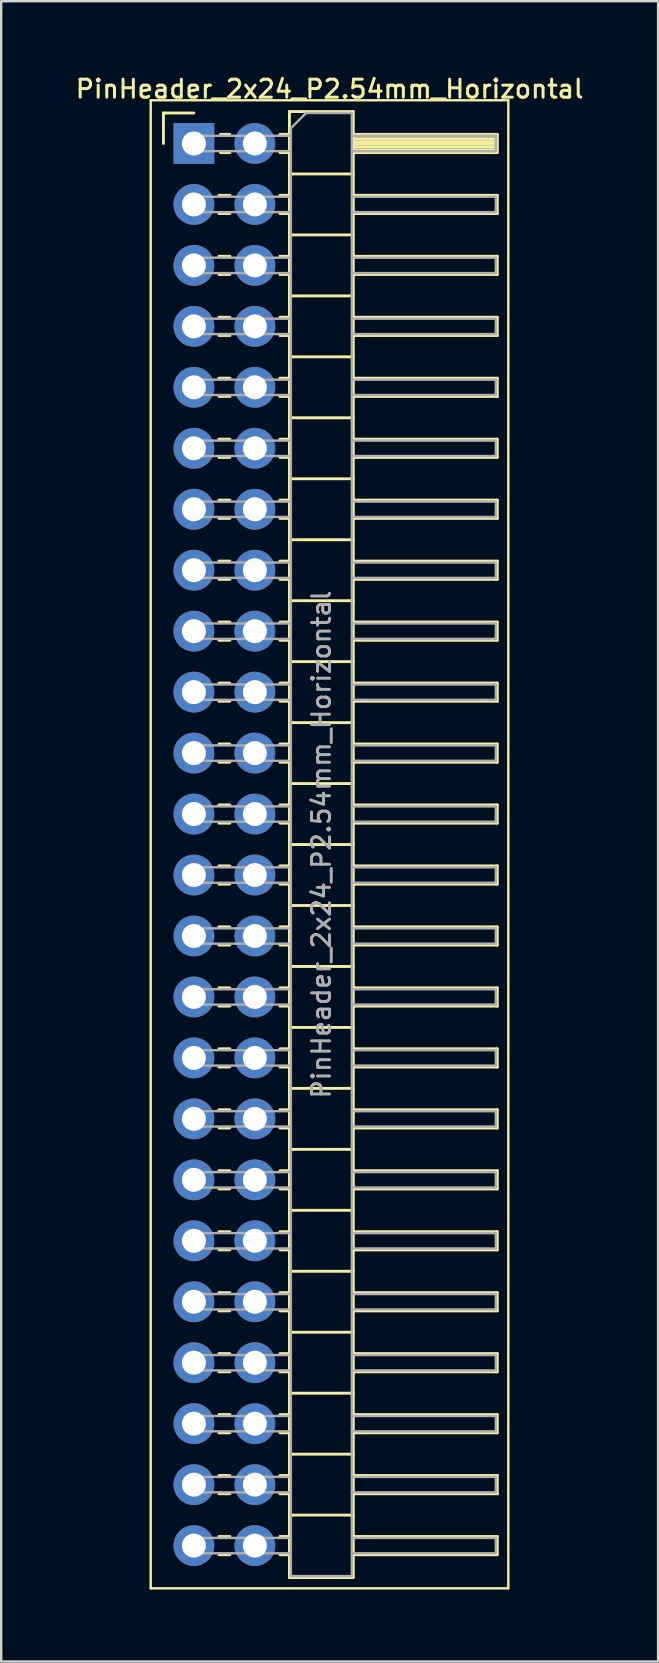
<source format=kicad_pcb>
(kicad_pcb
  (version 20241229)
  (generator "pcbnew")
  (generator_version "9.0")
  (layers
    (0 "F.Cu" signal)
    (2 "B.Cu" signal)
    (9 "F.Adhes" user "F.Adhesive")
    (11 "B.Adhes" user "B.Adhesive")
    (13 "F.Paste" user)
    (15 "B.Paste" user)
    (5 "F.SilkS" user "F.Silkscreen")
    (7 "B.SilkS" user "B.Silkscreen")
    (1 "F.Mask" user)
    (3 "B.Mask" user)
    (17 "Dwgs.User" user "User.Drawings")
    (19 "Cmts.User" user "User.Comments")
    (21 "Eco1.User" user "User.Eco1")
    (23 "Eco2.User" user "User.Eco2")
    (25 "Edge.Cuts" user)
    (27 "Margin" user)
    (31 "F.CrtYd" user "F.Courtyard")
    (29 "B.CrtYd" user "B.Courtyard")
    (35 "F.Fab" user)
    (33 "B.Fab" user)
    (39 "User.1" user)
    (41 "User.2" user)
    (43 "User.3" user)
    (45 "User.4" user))
  (footprint "PinHeader_2x24_P2.54mm_Horizontal"
    (layer "F.Cu")
    (at 5.029 2.928)
    (property "Reference" "PinHeader_2x24_P2.54mm_Horizontal" (at 5.655 -2.27 0) (layer "F.SilkS") (effects (font (size 0.75 0.75) (thickness 0.125))))
    (attr through_hole)
    (fp_line (start -1.8 -1.8) (end -1.8 60.2) (stroke (width 0.1) (type solid)) (layer "F.SilkS"))
    (fp_line (start -1.8 60.2) (end 13.1 60.2) (stroke (width 0.1) (type solid)) (layer "F.SilkS"))
    (fp_line (start -1.27 -1.27) (end 0 -1.27) (stroke (width 0.12) (type solid)) (layer "F.SilkS"))
    (fp_line (start -1.27 0) (end -1.27 -1.27) (stroke (width 0.12) (type solid)) (layer "F.SilkS"))
    (fp_line (start 1.043 2.16) (end 1.497 2.16) (stroke (width 0.12) (type solid)) (layer "F.SilkS"))
    (fp_line (start 1.043 2.92) (end 1.497 2.92) (stroke (width 0.12) (type solid)) (layer "F.SilkS"))
    (fp_line (start 1.043 4.7) (end 1.497 4.7) (stroke (width 0.12) (type solid)) (layer "F.SilkS"))
    (fp_line (start 1.043 5.46) (end 1.497 5.46) (stroke (width 0.12) (type solid)) (layer "F.SilkS"))
    (fp_line (start 1.043 7.24) (end 1.497 7.24) (stroke (width 0.12) (type solid)) (layer "F.SilkS"))
    (fp_line (start 1.043 8) (end 1.497 8) (stroke (width 0.12) (type solid)) (layer "F.SilkS"))
    (fp_line (start 1.043 9.78) (end 1.497 9.78) (stroke (width 0.12) (type solid)) (layer "F.SilkS"))
    (fp_line (start 1.043 10.54) (end 1.497 10.54) (stroke (width 0.12) (type solid)) (layer "F.SilkS"))
    (fp_line (start 1.043 12.32) (end 1.497 12.32) (stroke (width 0.12) (type solid)) (layer "F.SilkS"))
    (fp_line (start 1.043 13.08) (end 1.497 13.08) (stroke (width 0.12) (type solid)) (layer "F.SilkS"))
    (fp_line (start 1.043 14.86) (end 1.497 14.86) (stroke (width 0.12) (type solid)) (layer "F.SilkS"))
    (fp_line (start 1.043 15.62) (end 1.497 15.62) (stroke (width 0.12) (type solid)) (layer "F.SilkS"))
    (fp_line (start 1.043 17.4) (end 1.497 17.4) (stroke (width 0.12) (type solid)) (layer "F.SilkS"))
    (fp_line (start 1.043 18.16) (end 1.497 18.16) (stroke (width 0.12) (type solid)) (layer "F.SilkS"))
    (fp_line (start 1.043 19.94) (end 1.497 19.94) (stroke (width 0.12) (type solid)) (layer "F.SilkS"))
    (fp_line (start 1.043 20.7) (end 1.497 20.7) (stroke (width 0.12) (type solid)) (layer "F.SilkS"))
    (fp_line (start 1.043 22.48) (end 1.497 22.48) (stroke (width 0.12) (type solid)) (layer "F.SilkS"))
    (fp_line (start 1.043 23.24) (end 1.497 23.24) (stroke (width 0.12) (type solid)) (layer "F.SilkS"))
    (fp_line (start 1.043 25.02) (end 1.497 25.02) (stroke (width 0.12) (type solid)) (layer "F.SilkS"))
    (fp_line (start 1.043 25.78) (end 1.497 25.78) (stroke (width 0.12) (type solid)) (layer "F.SilkS"))
    (fp_line (start 1.043 27.56) (end 1.497 27.56) (stroke (width 0.12) (type solid)) (layer "F.SilkS"))
    (fp_line (start 1.043 28.32) (end 1.497 28.32) (stroke (width 0.12) (type solid)) (layer "F.SilkS"))
    (fp_line (start 1.043 30.1) (end 1.497 30.1) (stroke (width 0.12) (type solid)) (layer "F.SilkS"))
    (fp_line (start 1.043 30.86) (end 1.497 30.86) (stroke (width 0.12) (type solid)) (layer "F.SilkS"))
    (fp_line (start 1.043 32.64) (end 1.497 32.64) (stroke (width 0.12) (type solid)) (layer "F.SilkS"))
    (fp_line (start 1.043 33.4) (end 1.497 33.4) (stroke (width 0.12) (type solid)) (layer "F.SilkS"))
    (fp_line (start 1.043 35.18) (end 1.497 35.18) (stroke (width 0.12) (type solid)) (layer "F.SilkS"))
    (fp_line (start 1.043 35.94) (end 1.497 35.94) (stroke (width 0.12) (type solid)) (layer "F.SilkS"))
    (fp_line (start 1.043 37.72) (end 1.497 37.72) (stroke (width 0.12) (type solid)) (layer "F.SilkS"))
    (fp_line (start 1.043 38.48) (end 1.497 38.48) (stroke (width 0.12) (type solid)) (layer "F.SilkS"))
    (fp_line (start 1.043 40.26) (end 1.497 40.26) (stroke (width 0.12) (type solid)) (layer "F.SilkS"))
    (fp_line (start 1.043 41.02) (end 1.497 41.02) (stroke (width 0.12) (type solid)) (layer "F.SilkS"))
    (fp_line (start 1.043 42.8) (end 1.497 42.8) (stroke (width 0.12) (type solid)) (layer "F.SilkS"))
    (fp_line (start 1.043 43.56) (end 1.497 43.56) (stroke (width 0.12) (type solid)) (layer "F.SilkS"))
    (fp_line (start 1.043 45.34) (end 1.497 45.34) (stroke (width 0.12) (type solid)) (layer "F.SilkS"))
    (fp_line (start 1.043 46.1) (end 1.497 46.1) (stroke (width 0.12) (type solid)) (layer "F.SilkS"))
    (fp_line (start 1.043 47.88) (end 1.497 47.88) (stroke (width 0.12) (type solid)) (layer "F.SilkS"))
    (fp_line (start 1.043 48.64) (end 1.497 48.64) (stroke (width 0.12) (type solid)) (layer "F.SilkS"))
    (fp_line (start 1.043 50.42) (end 1.497 50.42) (stroke (width 0.12) (type solid)) (layer "F.SilkS"))
    (fp_line (start 1.043 51.18) (end 1.497 51.18) (stroke (width 0.12) (type solid)) (layer "F.SilkS"))
    (fp_line (start 1.043 52.96) (end 1.497 52.96) (stroke (width 0.12) (type solid)) (layer "F.SilkS"))
    (fp_line (start 1.043 53.72) (end 1.497 53.72) (stroke (width 0.12) (type solid)) (layer "F.SilkS"))
    (fp_line (start 1.043 55.5) (end 1.497 55.5) (stroke (width 0.12) (type solid)) (layer "F.SilkS"))
    (fp_line (start 1.043 56.26) (end 1.497 56.26) (stroke (width 0.12) (type solid)) (layer "F.SilkS"))
    (fp_line (start 1.043 58.04) (end 1.497 58.04) (stroke (width 0.12) (type solid)) (layer "F.SilkS"))
    (fp_line (start 1.043 58.8) (end 1.497 58.8) (stroke (width 0.12) (type solid)) (layer "F.SilkS"))
    (fp_line (start 1.11 -0.38) (end 1.497 -0.38) (stroke (width 0.12) (type solid)) (layer "F.SilkS"))
    (fp_line (start 1.11 0.38) (end 1.497 0.38) (stroke (width 0.12) (type solid)) (layer "F.SilkS"))
    (fp_line (start 3.583 -0.38) (end 3.98 -0.38) (stroke (width 0.12) (type solid)) (layer "F.SilkS"))
    (fp_line (start 3.583 0.38) (end 3.98 0.38) (stroke (width 0.12) (type solid)) (layer "F.SilkS"))
    (fp_line (start 3.583 2.16) (end 3.98 2.16) (stroke (width 0.12) (type solid)) (layer "F.SilkS"))
    (fp_line (start 3.583 2.92) (end 3.98 2.92) (stroke (width 0.12) (type solid)) (layer "F.SilkS"))
    (fp_line (start 3.583 4.7) (end 3.98 4.7) (stroke (width 0.12) (type solid)) (layer "F.SilkS"))
    (fp_line (start 3.583 5.46) (end 3.98 5.46) (stroke (width 0.12) (type solid)) (layer "F.SilkS"))
    (fp_line (start 3.583 7.24) (end 3.98 7.24) (stroke (width 0.12) (type solid)) (layer "F.SilkS"))
    (fp_line (start 3.583 8) (end 3.98 8) (stroke (width 0.12) (type solid)) (layer "F.SilkS"))
    (fp_line (start 3.583 9.78) (end 3.98 9.78) (stroke (width 0.12) (type solid)) (layer "F.SilkS"))
    (fp_line (start 3.583 10.54) (end 3.98 10.54) (stroke (width 0.12) (type solid)) (layer "F.SilkS"))
    (fp_line (start 3.583 12.32) (end 3.98 12.32) (stroke (width 0.12) (type solid)) (layer "F.SilkS"))
    (fp_line (start 3.583 13.08) (end 3.98 13.08) (stroke (width 0.12) (type solid)) (layer "F.SilkS"))
    (fp_line (start 3.583 14.86) (end 3.98 14.86) (stroke (width 0.12) (type solid)) (layer "F.SilkS"))
    (fp_line (start 3.583 15.62) (end 3.98 15.62) (stroke (width 0.12) (type solid)) (layer "F.SilkS"))
    (fp_line (start 3.583 17.4) (end 3.98 17.4) (stroke (width 0.12) (type solid)) (layer "F.SilkS"))
    (fp_line (start 3.583 18.16) (end 3.98 18.16) (stroke (width 0.12) (type solid)) (layer "F.SilkS"))
    (fp_line (start 3.583 19.94) (end 3.98 19.94) (stroke (width 0.12) (type solid)) (layer "F.SilkS"))
    (fp_line (start 3.583 20.7) (end 3.98 20.7) (stroke (width 0.12) (type solid)) (layer "F.SilkS"))
    (fp_line (start 3.583 22.48) (end 3.98 22.48) (stroke (width 0.12) (type solid)) (layer "F.SilkS"))
    (fp_line (start 3.583 23.24) (end 3.98 23.24) (stroke (width 0.12) (type solid)) (layer "F.SilkS"))
    (fp_line (start 3.583 25.02) (end 3.98 25.02) (stroke (width 0.12) (type solid)) (layer "F.SilkS"))
    (fp_line (start 3.583 25.78) (end 3.98 25.78) (stroke (width 0.12) (type solid)) (layer "F.SilkS"))
    (fp_line (start 3.583 27.56) (end 3.98 27.56) (stroke (width 0.12) (type solid)) (layer "F.SilkS"))
    (fp_line (start 3.583 28.32) (end 3.98 28.32) (stroke (width 0.12) (type solid)) (layer "F.SilkS"))
    (fp_line (start 3.583 30.1) (end 3.98 30.1) (stroke (width 0.12) (type solid)) (layer "F.SilkS"))
    (fp_line (start 3.583 30.86) (end 3.98 30.86) (stroke (width 0.12) (type solid)) (layer "F.SilkS"))
    (fp_line (start 3.583 32.64) (end 3.98 32.64) (stroke (width 0.12) (type solid)) (layer "F.SilkS"))
    (fp_line (start 3.583 33.4) (end 3.98 33.4) (stroke (width 0.12) (type solid)) (layer "F.SilkS"))
    (fp_line (start 3.583 35.18) (end 3.98 35.18) (stroke (width 0.12) (type solid)) (layer "F.SilkS"))
    (fp_line (start 3.583 35.94) (end 3.98 35.94) (stroke (width 0.12) (type solid)) (layer "F.SilkS"))
    (fp_line (start 3.583 37.72) (end 3.98 37.72) (stroke (width 0.12) (type solid)) (layer "F.SilkS"))
    (fp_line (start 3.583 38.48) (end 3.98 38.48) (stroke (width 0.12) (type solid)) (layer "F.SilkS"))
    (fp_line (start 3.583 40.26) (end 3.98 40.26) (stroke (width 0.12) (type solid)) (layer "F.SilkS"))
    (fp_line (start 3.583 41.02) (end 3.98 41.02) (stroke (width 0.12) (type solid)) (layer "F.SilkS"))
    (fp_line (start 3.583 42.8) (end 3.98 42.8) (stroke (width 0.12) (type solid)) (layer "F.SilkS"))
    (fp_line (start 3.583 43.56) (end 3.98 43.56) (stroke (width 0.12) (type solid)) (layer "F.SilkS"))
    (fp_line (start 3.583 45.34) (end 3.98 45.34) (stroke (width 0.12) (type solid)) (layer "F.SilkS"))
    (fp_line (start 3.583 46.1) (end 3.98 46.1) (stroke (width 0.12) (type solid)) (layer "F.SilkS"))
    (fp_line (start 3.583 47.88) (end 3.98 47.88) (stroke (width 0.12) (type solid)) (layer "F.SilkS"))
    (fp_line (start 3.583 48.64) (end 3.98 48.64) (stroke (width 0.12) (type solid)) (layer "F.SilkS"))
    (fp_line (start 3.583 50.42) (end 3.98 50.42) (stroke (width 0.12) (type solid)) (layer "F.SilkS"))
    (fp_line (start 3.583 51.18) (end 3.98 51.18) (stroke (width 0.12) (type solid)) (layer "F.SilkS"))
    (fp_line (start 3.583 52.96) (end 3.98 52.96) (stroke (width 0.12) (type solid)) (layer "F.SilkS"))
    (fp_line (start 3.583 53.72) (end 3.98 53.72) (stroke (width 0.12) (type solid)) (layer "F.SilkS"))
    (fp_line (start 3.583 55.5) (end 3.98 55.5) (stroke (width 0.12) (type solid)) (layer "F.SilkS"))
    (fp_line (start 3.583 56.26) (end 3.98 56.26) (stroke (width 0.12) (type solid)) (layer "F.SilkS"))
    (fp_line (start 3.583 58.04) (end 3.98 58.04) (stroke (width 0.12) (type solid)) (layer "F.SilkS"))
    (fp_line (start 3.583 58.8) (end 3.98 58.8) (stroke (width 0.12) (type solid)) (layer "F.SilkS"))
    (fp_line (start 3.98 -1.33) (end 3.98 59.75) (stroke (width 0.12) (type solid)) (layer "F.SilkS"))
    (fp_line (start 3.98 1.27) (end 6.64 1.27) (stroke (width 0.12) (type solid)) (layer "F.SilkS"))
    (fp_line (start 3.98 3.81) (end 6.64 3.81) (stroke (width 0.12) (type solid)) (layer "F.SilkS"))
    (fp_line (start 3.98 6.35) (end 6.64 6.35) (stroke (width 0.12) (type solid)) (layer "F.SilkS"))
    (fp_line (start 3.98 8.89) (end 6.64 8.89) (stroke (width 0.12) (type solid)) (layer "F.SilkS"))
    (fp_line (start 3.98 11.43) (end 6.64 11.43) (stroke (width 0.12) (type solid)) (layer "F.SilkS"))
    (fp_line (start 3.98 13.97) (end 6.64 13.97) (stroke (width 0.12) (type solid)) (layer "F.SilkS"))
    (fp_line (start 3.98 16.51) (end 6.64 16.51) (stroke (width 0.12) (type solid)) (layer "F.SilkS"))
    (fp_line (start 3.98 19.05) (end 6.64 19.05) (stroke (width 0.12) (type solid)) (layer "F.SilkS"))
    (fp_line (start 3.98 21.59) (end 6.64 21.59) (stroke (width 0.12) (type solid)) (layer "F.SilkS"))
    (fp_line (start 3.98 24.13) (end 6.64 24.13) (stroke (width 0.12) (type solid)) (layer "F.SilkS"))
    (fp_line (start 3.98 26.67) (end 6.64 26.67) (stroke (width 0.12) (type solid)) (layer "F.SilkS"))
    (fp_line (start 3.98 29.21) (end 6.64 29.21) (stroke (width 0.12) (type solid)) (layer "F.SilkS"))
    (fp_line (start 3.98 31.75) (end 6.64 31.75) (stroke (width 0.12) (type solid)) (layer "F.SilkS"))
    (fp_line (start 3.98 34.29) (end 6.64 34.29) (stroke (width 0.12) (type solid)) (layer "F.SilkS"))
    (fp_line (start 3.98 36.83) (end 6.64 36.83) (stroke (width 0.12) (type solid)) (layer "F.SilkS"))
    (fp_line (start 3.98 39.37) (end 6.64 39.37) (stroke (width 0.12) (type solid)) (layer "F.SilkS"))
    (fp_line (start 3.98 41.91) (end 6.64 41.91) (stroke (width 0.12) (type solid)) (layer "F.SilkS"))
    (fp_line (start 3.98 44.45) (end 6.64 44.45) (stroke (width 0.12) (type solid)) (layer "F.SilkS"))
    (fp_line (start 3.98 46.99) (end 6.64 46.99) (stroke (width 0.12) (type solid)) (layer "F.SilkS"))
    (fp_line (start 3.98 49.53) (end 6.64 49.53) (stroke (width 0.12) (type solid)) (layer "F.SilkS"))
    (fp_line (start 3.98 52.07) (end 6.64 52.07) (stroke (width 0.12) (type solid)) (layer "F.SilkS"))
    (fp_line (start 3.98 54.61) (end 6.64 54.61) (stroke (width 0.12) (type solid)) (layer "F.SilkS"))
    (fp_line (start 3.98 57.15) (end 6.64 57.15) (stroke (width 0.12) (type solid)) (layer "F.SilkS"))
    (fp_line (start 3.98 59.75) (end 6.64 59.75) (stroke (width 0.12) (type solid)) (layer "F.SilkS"))
    (fp_line (start 6.64 -1.33) (end 3.98 -1.33) (stroke (width 0.12) (type solid)) (layer "F.SilkS"))
    (fp_line (start 6.64 -0.38) (end 12.64 -0.38) (stroke (width 0.12) (type solid)) (layer "F.SilkS"))
    (fp_line (start 6.64 -0.32) (end 12.64 -0.32) (stroke (width 0.12) (type solid)) (layer "F.SilkS"))
    (fp_line (start 6.64 -0.2) (end 12.64 -0.2) (stroke (width 0.12) (type solid)) (layer "F.SilkS"))
    (fp_line (start 6.64 -0.08) (end 12.64 -0.08) (stroke (width 0.12) (type solid)) (layer "F.SilkS"))
    (fp_line (start 6.64 0.04) (end 12.64 0.04) (stroke (width 0.12) (type solid)) (layer "F.SilkS"))
    (fp_line (start 6.64 0.16) (end 12.64 0.16) (stroke (width 0.12) (type solid)) (layer "F.SilkS"))
    (fp_line (start 6.64 0.28) (end 12.64 0.28) (stroke (width 0.12) (type solid)) (layer "F.SilkS"))
    (fp_line (start 6.64 2.16) (end 12.64 2.16) (stroke (width 0.12) (type solid)) (layer "F.SilkS"))
    (fp_line (start 6.64 4.7) (end 12.64 4.7) (stroke (width 0.12) (type solid)) (layer "F.SilkS"))
    (fp_line (start 6.64 7.24) (end 12.64 7.24) (stroke (width 0.12) (type solid)) (layer "F.SilkS"))
    (fp_line (start 6.64 9.78) (end 12.64 9.78) (stroke (width 0.12) (type solid)) (layer "F.SilkS"))
    (fp_line (start 6.64 12.32) (end 12.64 12.32) (stroke (width 0.12) (type solid)) (layer "F.SilkS"))
    (fp_line (start 6.64 14.86) (end 12.64 14.86) (stroke (width 0.12) (type solid)) (layer "F.SilkS"))
    (fp_line (start 6.64 17.4) (end 12.64 17.4) (stroke (width 0.12) (type solid)) (layer "F.SilkS"))
    (fp_line (start 6.64 19.94) (end 12.64 19.94) (stroke (width 0.12) (type solid)) (layer "F.SilkS"))
    (fp_line (start 6.64 22.48) (end 12.64 22.48) (stroke (width 0.12) (type solid)) (layer "F.SilkS"))
    (fp_line (start 6.64 25.02) (end 12.64 25.02) (stroke (width 0.12) (type solid)) (layer "F.SilkS"))
    (fp_line (start 6.64 27.56) (end 12.64 27.56) (stroke (width 0.12) (type solid)) (layer "F.SilkS"))
    (fp_line (start 6.64 30.1) (end 12.64 30.1) (stroke (width 0.12) (type solid)) (layer "F.SilkS"))
    (fp_line (start 6.64 32.64) (end 12.64 32.64) (stroke (width 0.12) (type solid)) (layer "F.SilkS"))
    (fp_line (start 6.64 35.18) (end 12.64 35.18) (stroke (width 0.12) (type solid)) (layer "F.SilkS"))
    (fp_line (start 6.64 37.72) (end 12.64 37.72) (stroke (width 0.12) (type solid)) (layer "F.SilkS"))
    (fp_line (start 6.64 40.26) (end 12.64 40.26) (stroke (width 0.12) (type solid)) (layer "F.SilkS"))
    (fp_line (start 6.64 42.8) (end 12.64 42.8) (stroke (width 0.12) (type solid)) (layer "F.SilkS"))
    (fp_line (start 6.64 45.34) (end 12.64 45.34) (stroke (width 0.12) (type solid)) (layer "F.SilkS"))
    (fp_line (start 6.64 47.88) (end 12.64 47.88) (stroke (width 0.12) (type solid)) (layer "F.SilkS"))
    (fp_line (start 6.64 50.42) (end 12.64 50.42) (stroke (width 0.12) (type solid)) (layer "F.SilkS"))
    (fp_line (start 6.64 52.96) (end 12.64 52.96) (stroke (width 0.12) (type solid)) (layer "F.SilkS"))
    (fp_line (start 6.64 55.5) (end 12.64 55.5) (stroke (width 0.12) (type solid)) (layer "F.SilkS"))
    (fp_line (start 6.64 58.04) (end 12.64 58.04) (stroke (width 0.12) (type solid)) (layer "F.SilkS"))
    (fp_line (start 6.64 59.75) (end 6.64 -1.33) (stroke (width 0.12) (type solid)) (layer "F.SilkS"))
    (fp_line (start 12.64 -0.38) (end 12.64 0.38) (stroke (width 0.12) (type solid)) (layer "F.SilkS"))
    (fp_line (start 12.64 0.38) (end 6.64 0.38) (stroke (width 0.12) (type solid)) (layer "F.SilkS"))
    (fp_line (start 12.64 2.16) (end 12.64 2.92) (stroke (width 0.12) (type solid)) (layer "F.SilkS"))
    (fp_line (start 12.64 2.92) (end 6.64 2.92) (stroke (width 0.12) (type solid)) (layer "F.SilkS"))
    (fp_line (start 12.64 4.7) (end 12.64 5.46) (stroke (width 0.12) (type solid)) (layer "F.SilkS"))
    (fp_line (start 12.64 5.46) (end 6.64 5.46) (stroke (width 0.12) (type solid)) (layer "F.SilkS"))
    (fp_line (start 12.64 7.24) (end 12.64 8) (stroke (width 0.12) (type solid)) (layer "F.SilkS"))
    (fp_line (start 12.64 8) (end 6.64 8) (stroke (width 0.12) (type solid)) (layer "F.SilkS"))
    (fp_line (start 12.64 9.78) (end 12.64 10.54) (stroke (width 0.12) (type solid)) (layer "F.SilkS"))
    (fp_line (start 12.64 10.54) (end 6.64 10.54) (stroke (width 0.12) (type solid)) (layer "F.SilkS"))
    (fp_line (start 12.64 12.32) (end 12.64 13.08) (stroke (width 0.12) (type solid)) (layer "F.SilkS"))
    (fp_line (start 12.64 13.08) (end 6.64 13.08) (stroke (width 0.12) (type solid)) (layer "F.SilkS"))
    (fp_line (start 12.64 14.86) (end 12.64 15.62) (stroke (width 0.12) (type solid)) (layer "F.SilkS"))
    (fp_line (start 12.64 15.62) (end 6.64 15.62) (stroke (width 0.12) (type solid)) (layer "F.SilkS"))
    (fp_line (start 12.64 17.4) (end 12.64 18.16) (stroke (width 0.12) (type solid)) (layer "F.SilkS"))
    (fp_line (start 12.64 18.16) (end 6.64 18.16) (stroke (width 0.12) (type solid)) (layer "F.SilkS"))
    (fp_line (start 12.64 19.94) (end 12.64 20.7) (stroke (width 0.12) (type solid)) (layer "F.SilkS"))
    (fp_line (start 12.64 20.7) (end 6.64 20.7) (stroke (width 0.12) (type solid)) (layer "F.SilkS"))
    (fp_line (start 12.64 22.48) (end 12.64 23.24) (stroke (width 0.12) (type solid)) (layer "F.SilkS"))
    (fp_line (start 12.64 23.24) (end 6.64 23.24) (stroke (width 0.12) (type solid)) (layer "F.SilkS"))
    (fp_line (start 12.64 25.02) (end 12.64 25.78) (stroke (width 0.12) (type solid)) (layer "F.SilkS"))
    (fp_line (start 12.64 25.78) (end 6.64 25.78) (stroke (width 0.12) (type solid)) (layer "F.SilkS"))
    (fp_line (start 12.64 27.56) (end 12.64 28.32) (stroke (width 0.12) (type solid)) (layer "F.SilkS"))
    (fp_line (start 12.64 28.32) (end 6.64 28.32) (stroke (width 0.12) (type solid)) (layer "F.SilkS"))
    (fp_line (start 12.64 30.1) (end 12.64 30.86) (stroke (width 0.12) (type solid)) (layer "F.SilkS"))
    (fp_line (start 12.64 30.86) (end 6.64 30.86) (stroke (width 0.12) (type solid)) (layer "F.SilkS"))
    (fp_line (start 12.64 32.64) (end 12.64 33.4) (stroke (width 0.12) (type solid)) (layer "F.SilkS"))
    (fp_line (start 12.64 33.4) (end 6.64 33.4) (stroke (width 0.12) (type solid)) (layer "F.SilkS"))
    (fp_line (start 12.64 35.18) (end 12.64 35.94) (stroke (width 0.12) (type solid)) (layer "F.SilkS"))
    (fp_line (start 12.64 35.94) (end 6.64 35.94) (stroke (width 0.12) (type solid)) (layer "F.SilkS"))
    (fp_line (start 12.64 37.72) (end 12.64 38.48) (stroke (width 0.12) (type solid)) (layer "F.SilkS"))
    (fp_line (start 12.64 38.48) (end 6.64 38.48) (stroke (width 0.12) (type solid)) (layer "F.SilkS"))
    (fp_line (start 12.64 40.26) (end 12.64 41.02) (stroke (width 0.12) (type solid)) (layer "F.SilkS"))
    (fp_line (start 12.64 41.02) (end 6.64 41.02) (stroke (width 0.12) (type solid)) (layer "F.SilkS"))
    (fp_line (start 12.64 42.8) (end 12.64 43.56) (stroke (width 0.12) (type solid)) (layer "F.SilkS"))
    (fp_line (start 12.64 43.56) (end 6.64 43.56) (stroke (width 0.12) (type solid)) (layer "F.SilkS"))
    (fp_line (start 12.64 45.34) (end 12.64 46.1) (stroke (width 0.12) (type solid)) (layer "F.SilkS"))
    (fp_line (start 12.64 46.1) (end 6.64 46.1) (stroke (width 0.12) (type solid)) (layer "F.SilkS"))
    (fp_line (start 12.64 47.88) (end 12.64 48.64) (stroke (width 0.12) (type solid)) (layer "F.SilkS"))
    (fp_line (start 12.64 48.64) (end 6.64 48.64) (stroke (width 0.12) (type solid)) (layer "F.SilkS"))
    (fp_line (start 12.64 50.42) (end 12.64 51.18) (stroke (width 0.12) (type solid)) (layer "F.SilkS"))
    (fp_line (start 12.64 51.18) (end 6.64 51.18) (stroke (width 0.12) (type solid)) (layer "F.SilkS"))
    (fp_line (start 12.64 52.96) (end 12.64 53.72) (stroke (width 0.12) (type solid)) (layer "F.SilkS"))
    (fp_line (start 12.64 53.72) (end 6.64 53.72) (stroke (width 0.12) (type solid)) (layer "F.SilkS"))
    (fp_line (start 12.64 55.5) (end 12.64 56.26) (stroke (width 0.12) (type solid)) (layer "F.SilkS"))
    (fp_line (start 12.64 56.26) (end 6.64 56.26) (stroke (width 0.12) (type solid)) (layer "F.SilkS"))
    (fp_line (start 12.64 58.04) (end 12.64 58.8) (stroke (width 0.12) (type solid)) (layer "F.SilkS"))
    (fp_line (start 12.64 58.8) (end 6.64 58.8) (stroke (width 0.12) (type solid)) (layer "F.SilkS"))
    (fp_line (start 13.1 -1.8) (end -1.8 -1.8) (stroke (width 0.1) (type solid)) (layer "F.SilkS"))
    (fp_line (start 13.1 60.2) (end 13.1 -1.8) (stroke (width 0.1) (type solid)) (layer "F.SilkS"))
    (fp_line (start -0.32 -0.32) (end -0.32 0.32) (stroke (width 0.1) (type solid)) (layer "F.Fab"))
    (fp_line (start -0.32 -0.32) (end 4.04 -0.32) (stroke (width 0.1) (type solid)) (layer "F.Fab"))
    (fp_line (start -0.32 0.32) (end 4.04 0.32) (stroke (width 0.1) (type solid)) (layer "F.Fab"))
    (fp_line (start -0.32 2.22) (end -0.32 2.86) (stroke (width 0.1) (type solid)) (layer "F.Fab"))
    (fp_line (start -0.32 2.22) (end 4.04 2.22) (stroke (width 0.1) (type solid)) (layer "F.Fab"))
    (fp_line (start -0.32 2.86) (end 4.04 2.86) (stroke (width 0.1) (type solid)) (layer "F.Fab"))
    (fp_line (start -0.32 4.76) (end -0.32 5.4) (stroke (width 0.1) (type solid)) (layer "F.Fab"))
    (fp_line (start -0.32 4.76) (end 4.04 4.76) (stroke (width 0.1) (type solid)) (layer "F.Fab"))
    (fp_line (start -0.32 5.4) (end 4.04 5.4) (stroke (width 0.1) (type solid)) (layer "F.Fab"))
    (fp_line (start -0.32 7.3) (end -0.32 7.94) (stroke (width 0.1) (type solid)) (layer "F.Fab"))
    (fp_line (start -0.32 7.3) (end 4.04 7.3) (stroke (width 0.1) (type solid)) (layer "F.Fab"))
    (fp_line (start -0.32 7.94) (end 4.04 7.94) (stroke (width 0.1) (type solid)) (layer "F.Fab"))
    (fp_line (start -0.32 9.84) (end -0.32 10.48) (stroke (width 0.1) (type solid)) (layer "F.Fab"))
    (fp_line (start -0.32 9.84) (end 4.04 9.84) (stroke (width 0.1) (type solid)) (layer "F.Fab"))
    (fp_line (start -0.32 10.48) (end 4.04 10.48) (stroke (width 0.1) (type solid)) (layer "F.Fab"))
    (fp_line (start -0.32 12.38) (end -0.32 13.02) (stroke (width 0.1) (type solid)) (layer "F.Fab"))
    (fp_line (start -0.32 12.38) (end 4.04 12.38) (stroke (width 0.1) (type solid)) (layer "F.Fab"))
    (fp_line (start -0.32 13.02) (end 4.04 13.02) (stroke (width 0.1) (type solid)) (layer "F.Fab"))
    (fp_line (start -0.32 14.92) (end -0.32 15.56) (stroke (width 0.1) (type solid)) (layer "F.Fab"))
    (fp_line (start -0.32 14.92) (end 4.04 14.92) (stroke (width 0.1) (type solid)) (layer "F.Fab"))
    (fp_line (start -0.32 15.56) (end 4.04 15.56) (stroke (width 0.1) (type solid)) (layer "F.Fab"))
    (fp_line (start -0.32 17.46) (end -0.32 18.1) (stroke (width 0.1) (type solid)) (layer "F.Fab"))
    (fp_line (start -0.32 17.46) (end 4.04 17.46) (stroke (width 0.1) (type solid)) (layer "F.Fab"))
    (fp_line (start -0.32 18.1) (end 4.04 18.1) (stroke (width 0.1) (type solid)) (layer "F.Fab"))
    (fp_line (start -0.32 20) (end -0.32 20.64) (stroke (width 0.1) (type solid)) (layer "F.Fab"))
    (fp_line (start -0.32 20) (end 4.04 20) (stroke (width 0.1) (type solid)) (layer "F.Fab"))
    (fp_line (start -0.32 20.64) (end 4.04 20.64) (stroke (width 0.1) (type solid)) (layer "F.Fab"))
    (fp_line (start -0.32 22.54) (end -0.32 23.18) (stroke (width 0.1) (type solid)) (layer "F.Fab"))
    (fp_line (start -0.32 22.54) (end 4.04 22.54) (stroke (width 0.1) (type solid)) (layer "F.Fab"))
    (fp_line (start -0.32 23.18) (end 4.04 23.18) (stroke (width 0.1) (type solid)) (layer "F.Fab"))
    (fp_line (start -0.32 25.08) (end -0.32 25.72) (stroke (width 0.1) (type solid)) (layer "F.Fab"))
    (fp_line (start -0.32 25.08) (end 4.04 25.08) (stroke (width 0.1) (type solid)) (layer "F.Fab"))
    (fp_line (start -0.32 25.72) (end 4.04 25.72) (stroke (width 0.1) (type solid)) (layer "F.Fab"))
    (fp_line (start -0.32 27.62) (end -0.32 28.26) (stroke (width 0.1) (type solid)) (layer "F.Fab"))
    (fp_line (start -0.32 27.62) (end 4.04 27.62) (stroke (width 0.1) (type solid)) (layer "F.Fab"))
    (fp_line (start -0.32 28.26) (end 4.04 28.26) (stroke (width 0.1) (type solid)) (layer "F.Fab"))
    (fp_line (start -0.32 30.16) (end -0.32 30.8) (stroke (width 0.1) (type solid)) (layer "F.Fab"))
    (fp_line (start -0.32 30.16) (end 4.04 30.16) (stroke (width 0.1) (type solid)) (layer "F.Fab"))
    (fp_line (start -0.32 30.8) (end 4.04 30.8) (stroke (width 0.1) (type solid)) (layer "F.Fab"))
    (fp_line (start -0.32 32.7) (end -0.32 33.34) (stroke (width 0.1) (type solid)) (layer "F.Fab"))
    (fp_line (start -0.32 32.7) (end 4.04 32.7) (stroke (width 0.1) (type solid)) (layer "F.Fab"))
    (fp_line (start -0.32 33.34) (end 4.04 33.34) (stroke (width 0.1) (type solid)) (layer "F.Fab"))
    (fp_line (start -0.32 35.24) (end -0.32 35.88) (stroke (width 0.1) (type solid)) (layer "F.Fab"))
    (fp_line (start -0.32 35.24) (end 4.04 35.24) (stroke (width 0.1) (type solid)) (layer "F.Fab"))
    (fp_line (start -0.32 35.88) (end 4.04 35.88) (stroke (width 0.1) (type solid)) (layer "F.Fab"))
    (fp_line (start -0.32 37.78) (end -0.32 38.42) (stroke (width 0.1) (type solid)) (layer "F.Fab"))
    (fp_line (start -0.32 37.78) (end 4.04 37.78) (stroke (width 0.1) (type solid)) (layer "F.Fab"))
    (fp_line (start -0.32 38.42) (end 4.04 38.42) (stroke (width 0.1) (type solid)) (layer "F.Fab"))
    (fp_line (start -0.32 40.32) (end -0.32 40.96) (stroke (width 0.1) (type solid)) (layer "F.Fab"))
    (fp_line (start -0.32 40.32) (end 4.04 40.32) (stroke (width 0.1) (type solid)) (layer "F.Fab"))
    (fp_line (start -0.32 40.96) (end 4.04 40.96) (stroke (width 0.1) (type solid)) (layer "F.Fab"))
    (fp_line (start -0.32 42.86) (end -0.32 43.5) (stroke (width 0.1) (type solid)) (layer "F.Fab"))
    (fp_line (start -0.32 42.86) (end 4.04 42.86) (stroke (width 0.1) (type solid)) (layer "F.Fab"))
    (fp_line (start -0.32 43.5) (end 4.04 43.5) (stroke (width 0.1) (type solid)) (layer "F.Fab"))
    (fp_line (start -0.32 45.4) (end -0.32 46.04) (stroke (width 0.1) (type solid)) (layer "F.Fab"))
    (fp_line (start -0.32 45.4) (end 4.04 45.4) (stroke (width 0.1) (type solid)) (layer "F.Fab"))
    (fp_line (start -0.32 46.04) (end 4.04 46.04) (stroke (width 0.1) (type solid)) (layer "F.Fab"))
    (fp_line (start -0.32 47.94) (end -0.32 48.58) (stroke (width 0.1) (type solid)) (layer "F.Fab"))
    (fp_line (start -0.32 47.94) (end 4.04 47.94) (stroke (width 0.1) (type solid)) (layer "F.Fab"))
    (fp_line (start -0.32 48.58) (end 4.04 48.58) (stroke (width 0.1) (type solid)) (layer "F.Fab"))
    (fp_line (start -0.32 50.48) (end -0.32 51.12) (stroke (width 0.1) (type solid)) (layer "F.Fab"))
    (fp_line (start -0.32 50.48) (end 4.04 50.48) (stroke (width 0.1) (type solid)) (layer "F.Fab"))
    (fp_line (start -0.32 51.12) (end 4.04 51.12) (stroke (width 0.1) (type solid)) (layer "F.Fab"))
    (fp_line (start -0.32 53.02) (end -0.32 53.66) (stroke (width 0.1) (type solid)) (layer "F.Fab"))
    (fp_line (start -0.32 53.02) (end 4.04 53.02) (stroke (width 0.1) (type solid)) (layer "F.Fab"))
    (fp_line (start -0.32 53.66) (end 4.04 53.66) (stroke (width 0.1) (type solid)) (layer "F.Fab"))
    (fp_line (start -0.32 55.56) (end -0.32 56.2) (stroke (width 0.1) (type solid)) (layer "F.Fab"))
    (fp_line (start -0.32 55.56) (end 4.04 55.56) (stroke (width 0.1) (type solid)) (layer "F.Fab"))
    (fp_line (start -0.32 56.2) (end 4.04 56.2) (stroke (width 0.1) (type solid)) (layer "F.Fab"))
    (fp_line (start -0.32 58.1) (end -0.32 58.74) (stroke (width 0.1) (type solid)) (layer "F.Fab"))
    (fp_line (start -0.32 58.1) (end 4.04 58.1) (stroke (width 0.1) (type solid)) (layer "F.Fab"))
    (fp_line (start -0.32 58.74) (end 4.04 58.74) (stroke (width 0.1) (type solid)) (layer "F.Fab"))
    (fp_line (start 4.04 -0.635) (end 4.675 -1.27) (stroke (width 0.1) (type solid)) (layer "F.Fab"))
    (fp_line (start 4.04 59.69) (end 4.04 -0.635) (stroke (width 0.1) (type solid)) (layer "F.Fab"))
    (fp_line (start 4.675 -1.27) (end 6.58 -1.27) (stroke (width 0.1) (type solid)) (layer "F.Fab"))
    (fp_line (start 6.58 -1.27) (end 6.58 59.69) (stroke (width 0.1) (type solid)) (layer "F.Fab"))
    (fp_line (start 6.58 -0.32) (end 12.58 -0.32) (stroke (width 0.1) (type solid)) (layer "F.Fab"))
    (fp_line (start 6.58 0.32) (end 12.58 0.32) (stroke (width 0.1) (type solid)) (layer "F.Fab"))
    (fp_line (start 6.58 2.22) (end 12.58 2.22) (stroke (width 0.1) (type solid)) (layer "F.Fab"))
    (fp_line (start 6.58 2.86) (end 12.58 2.86) (stroke (width 0.1) (type solid)) (layer "F.Fab"))
    (fp_line (start 6.58 4.76) (end 12.58 4.76) (stroke (width 0.1) (type solid)) (layer "F.Fab"))
    (fp_line (start 6.58 5.4) (end 12.58 5.4) (stroke (width 0.1) (type solid)) (layer "F.Fab"))
    (fp_line (start 6.58 7.3) (end 12.58 7.3) (stroke (width 0.1) (type solid)) (layer "F.Fab"))
    (fp_line (start 6.58 7.94) (end 12.58 7.94) (stroke (width 0.1) (type solid)) (layer "F.Fab"))
    (fp_line (start 6.58 9.84) (end 12.58 9.84) (stroke (width 0.1) (type solid)) (layer "F.Fab"))
    (fp_line (start 6.58 10.48) (end 12.58 10.48) (stroke (width 0.1) (type solid)) (layer "F.Fab"))
    (fp_line (start 6.58 12.38) (end 12.58 12.38) (stroke (width 0.1) (type solid)) (layer "F.Fab"))
    (fp_line (start 6.58 13.02) (end 12.58 13.02) (stroke (width 0.1) (type solid)) (layer "F.Fab"))
    (fp_line (start 6.58 14.92) (end 12.58 14.92) (stroke (width 0.1) (type solid)) (layer "F.Fab"))
    (fp_line (start 6.58 15.56) (end 12.58 15.56) (stroke (width 0.1) (type solid)) (layer "F.Fab"))
    (fp_line (start 6.58 17.46) (end 12.58 17.46) (stroke (width 0.1) (type solid)) (layer "F.Fab"))
    (fp_line (start 6.58 18.1) (end 12.58 18.1) (stroke (width 0.1) (type solid)) (layer "F.Fab"))
    (fp_line (start 6.58 20) (end 12.58 20) (stroke (width 0.1) (type solid)) (layer "F.Fab"))
    (fp_line (start 6.58 20.64) (end 12.58 20.64) (stroke (width 0.1) (type solid)) (layer "F.Fab"))
    (fp_line (start 6.58 22.54) (end 12.58 22.54) (stroke (width 0.1) (type solid)) (layer "F.Fab"))
    (fp_line (start 6.58 23.18) (end 12.58 23.18) (stroke (width 0.1) (type solid)) (layer "F.Fab"))
    (fp_line (start 6.58 25.08) (end 12.58 25.08) (stroke (width 0.1) (type solid)) (layer "F.Fab"))
    (fp_line (start 6.58 25.72) (end 12.58 25.72) (stroke (width 0.1) (type solid)) (layer "F.Fab"))
    (fp_line (start 6.58 27.62) (end 12.58 27.62) (stroke (width 0.1) (type solid)) (layer "F.Fab"))
    (fp_line (start 6.58 28.26) (end 12.58 28.26) (stroke (width 0.1) (type solid)) (layer "F.Fab"))
    (fp_line (start 6.58 30.16) (end 12.58 30.16) (stroke (width 0.1) (type solid)) (layer "F.Fab"))
    (fp_line (start 6.58 30.8) (end 12.58 30.8) (stroke (width 0.1) (type solid)) (layer "F.Fab"))
    (fp_line (start 6.58 32.7) (end 12.58 32.7) (stroke (width 0.1) (type solid)) (layer "F.Fab"))
    (fp_line (start 6.58 33.34) (end 12.58 33.34) (stroke (width 0.1) (type solid)) (layer "F.Fab"))
    (fp_line (start 6.58 35.24) (end 12.58 35.24) (stroke (width 0.1) (type solid)) (layer "F.Fab"))
    (fp_line (start 6.58 35.88) (end 12.58 35.88) (stroke (width 0.1) (type solid)) (layer "F.Fab"))
    (fp_line (start 6.58 37.78) (end 12.58 37.78) (stroke (width 0.1) (type solid)) (layer "F.Fab"))
    (fp_line (start 6.58 38.42) (end 12.58 38.42) (stroke (width 0.1) (type solid)) (layer "F.Fab"))
    (fp_line (start 6.58 40.32) (end 12.58 40.32) (stroke (width 0.1) (type solid)) (layer "F.Fab"))
    (fp_line (start 6.58 40.96) (end 12.58 40.96) (stroke (width 0.1) (type solid)) (layer "F.Fab"))
    (fp_line (start 6.58 42.86) (end 12.58 42.86) (stroke (width 0.1) (type solid)) (layer "F.Fab"))
    (fp_line (start 6.58 43.5) (end 12.58 43.5) (stroke (width 0.1) (type solid)) (layer "F.Fab"))
    (fp_line (start 6.58 45.4) (end 12.58 45.4) (stroke (width 0.1) (type solid)) (layer "F.Fab"))
    (fp_line (start 6.58 46.04) (end 12.58 46.04) (stroke (width 0.1) (type solid)) (layer "F.Fab"))
    (fp_line (start 6.58 47.94) (end 12.58 47.94) (stroke (width 0.1) (type solid)) (layer "F.Fab"))
    (fp_line (start 6.58 48.58) (end 12.58 48.58) (stroke (width 0.1) (type solid)) (layer "F.Fab"))
    (fp_line (start 6.58 50.48) (end 12.58 50.48) (stroke (width 0.1) (type solid)) (layer "F.Fab"))
    (fp_line (start 6.58 51.12) (end 12.58 51.12) (stroke (width 0.1) (type solid)) (layer "F.Fab"))
    (fp_line (start 6.58 53.02) (end 12.58 53.02) (stroke (width 0.1) (type solid)) (layer "F.Fab"))
    (fp_line (start 6.58 53.66) (end 12.58 53.66) (stroke (width 0.1) (type solid)) (layer "F.Fab"))
    (fp_line (start 6.58 55.56) (end 12.58 55.56) (stroke (width 0.1) (type solid)) (layer "F.Fab"))
    (fp_line (start 6.58 56.2) (end 12.58 56.2) (stroke (width 0.1) (type solid)) (layer "F.Fab"))
    (fp_line (start 6.58 58.1) (end 12.58 58.1) (stroke (width 0.1) (type solid)) (layer "F.Fab"))
    (fp_line (start 6.58 58.74) (end 12.58 58.74) (stroke (width 0.1) (type solid)) (layer "F.Fab"))
    (fp_line (start 6.58 59.69) (end 4.04 59.69) (stroke (width 0.1) (type solid)) (layer "F.Fab"))
    (fp_line (start 12.58 -0.32) (end 12.58 0.32) (stroke (width 0.1) (type solid)) (layer "F.Fab"))
    (fp_line (start 12.58 2.22) (end 12.58 2.86) (stroke (width 0.1) (type solid)) (layer "F.Fab"))
    (fp_line (start 12.58 4.76) (end 12.58 5.4) (stroke (width 0.1) (type solid)) (layer "F.Fab"))
    (fp_line (start 12.58 7.3) (end 12.58 7.94) (stroke (width 0.1) (type solid)) (layer "F.Fab"))
    (fp_line (start 12.58 9.84) (end 12.58 10.48) (stroke (width 0.1) (type solid)) (layer "F.Fab"))
    (fp_line (start 12.58 12.38) (end 12.58 13.02) (stroke (width 0.1) (type solid)) (layer "F.Fab"))
    (fp_line (start 12.58 14.92) (end 12.58 15.56) (stroke (width 0.1) (type solid)) (layer "F.Fab"))
    (fp_line (start 12.58 17.46) (end 12.58 18.1) (stroke (width 0.1) (type solid)) (layer "F.Fab"))
    (fp_line (start 12.58 20) (end 12.58 20.64) (stroke (width 0.1) (type solid)) (layer "F.Fab"))
    (fp_line (start 12.58 22.54) (end 12.58 23.18) (stroke (width 0.1) (type solid)) (layer "F.Fab"))
    (fp_line (start 12.58 25.08) (end 12.58 25.72) (stroke (width 0.1) (type solid)) (layer "F.Fab"))
    (fp_line (start 12.58 27.62) (end 12.58 28.26) (stroke (width 0.1) (type solid)) (layer "F.Fab"))
    (fp_line (start 12.58 30.16) (end 12.58 30.8) (stroke (width 0.1) (type solid)) (layer "F.Fab"))
    (fp_line (start 12.58 32.7) (end 12.58 33.34) (stroke (width 0.1) (type solid)) (layer "F.Fab"))
    (fp_line (start 12.58 35.24) (end 12.58 35.88) (stroke (width 0.1) (type solid)) (layer "F.Fab"))
    (fp_line (start 12.58 37.78) (end 12.58 38.42) (stroke (width 0.1) (type solid)) (layer "F.Fab"))
    (fp_line (start 12.58 40.32) (end 12.58 40.96) (stroke (width 0.1) (type solid)) (layer "F.Fab"))
    (fp_line (start 12.58 42.86) (end 12.58 43.5) (stroke (width 0.1) (type solid)) (layer "F.Fab"))
    (fp_line (start 12.58 45.4) (end 12.58 46.04) (stroke (width 0.1) (type solid)) (layer "F.Fab"))
    (fp_line (start 12.58 47.94) (end 12.58 48.58) (stroke (width 0.1) (type solid)) (layer "F.Fab"))
    (fp_line (start 12.58 50.48) (end 12.58 51.12) (stroke (width 0.1) (type solid)) (layer "F.Fab"))
    (fp_line (start 12.58 53.02) (end 12.58 53.66) (stroke (width 0.1) (type solid)) (layer "F.Fab"))
    (fp_line (start 12.58 55.56) (end 12.58 56.2) (stroke (width 0.1) (type solid)) (layer "F.Fab"))
    (fp_line (start 12.58 58.1) (end 12.58 58.74) (stroke (width 0.1) (type solid)) (layer "F.Fab"))
    (fp_text user "${REFERENCE}" (at 5.31 29.21 90) (layer "F.Fab") (effects (font (size 0.75 0.75) (thickness 0.125))))
    (pad "1" thru_hole rect (at 0 0) (size 1.7 1.7) (drill 1) (layers "*.Cu" "*.Mask"))
    (pad "2" thru_hole oval (at 2.54 0) (size 1.7 1.7) (drill 1) (layers "*.Cu" "*.Mask"))
    (pad "3" thru_hole oval (at 0 2.54) (size 1.7 1.7) (drill 1) (layers "*.Cu" "*.Mask"))
    (pad "4" thru_hole oval (at 2.54 2.54) (size 1.7 1.7) (drill 1) (layers "*.Cu" "*.Mask"))
    (pad "5" thru_hole oval (at 0 5.08) (size 1.7 1.7) (drill 1) (layers "*.Cu" "*.Mask"))
    (pad "6" thru_hole oval (at 2.54 5.08) (size 1.7 1.7) (drill 1) (layers "*.Cu" "*.Mask"))
    (pad "7" thru_hole oval (at 0 7.62) (size 1.7 1.7) (drill 1) (layers "*.Cu" "*.Mask"))
    (pad "8" thru_hole oval (at 2.54 7.62) (size 1.7 1.7) (drill 1) (layers "*.Cu" "*.Mask"))
    (pad "9" thru_hole oval (at 0 10.16) (size 1.7 1.7) (drill 1) (layers "*.Cu" "*.Mask"))
    (pad "10" thru_hole oval (at 2.54 10.16) (size 1.7 1.7) (drill 1) (layers "*.Cu" "*.Mask"))
    (pad "11" thru_hole oval (at 0 12.7) (size 1.7 1.7) (drill 1) (layers "*.Cu" "*.Mask"))
    (pad "12" thru_hole oval (at 2.54 12.7) (size 1.7 1.7) (drill 1) (layers "*.Cu" "*.Mask"))
    (pad "13" thru_hole oval (at 0 15.24) (size 1.7 1.7) (drill 1) (layers "*.Cu" "*.Mask"))
    (pad "14" thru_hole oval (at 2.54 15.24) (size 1.7 1.7) (drill 1) (layers "*.Cu" "*.Mask"))
    (pad "15" thru_hole oval (at 0 17.78) (size 1.7 1.7) (drill 1) (layers "*.Cu" "*.Mask"))
    (pad "16" thru_hole oval (at 2.54 17.78) (size 1.7 1.7) (drill 1) (layers "*.Cu" "*.Mask"))
    (pad "17" thru_hole oval (at 0 20.32) (size 1.7 1.7) (drill 1) (layers "*.Cu" "*.Mask"))
    (pad "18" thru_hole oval (at 2.54 20.32) (size 1.7 1.7) (drill 1) (layers "*.Cu" "*.Mask"))
    (pad "19" thru_hole oval (at 0 22.86) (size 1.7 1.7) (drill 1) (layers "*.Cu" "*.Mask"))
    (pad "20" thru_hole oval (at 2.54 22.86) (size 1.7 1.7) (drill 1) (layers "*.Cu" "*.Mask"))
    (pad "21" thru_hole oval (at 0 25.4) (size 1.7 1.7) (drill 1) (layers "*.Cu" "*.Mask"))
    (pad "22" thru_hole oval (at 2.54 25.4) (size 1.7 1.7) (drill 1) (layers "*.Cu" "*.Mask"))
    (pad "23" thru_hole oval (at 0 27.94) (size 1.7 1.7) (drill 1) (layers "*.Cu" "*.Mask"))
    (pad "24" thru_hole oval (at 2.54 27.94) (size 1.7 1.7) (drill 1) (layers "*.Cu" "*.Mask"))
    (pad "25" thru_hole oval (at 0 30.48) (size 1.7 1.7) (drill 1) (layers "*.Cu" "*.Mask"))
    (pad "26" thru_hole oval (at 2.54 30.48) (size 1.7 1.7) (drill 1) (layers "*.Cu" "*.Mask"))
    (pad "27" thru_hole oval (at 0 33.02) (size 1.7 1.7) (drill 1) (layers "*.Cu" "*.Mask"))
    (pad "28" thru_hole oval (at 2.54 33.02) (size 1.7 1.7) (drill 1) (layers "*.Cu" "*.Mask"))
    (pad "29" thru_hole oval (at 0 35.56) (size 1.7 1.7) (drill 1) (layers "*.Cu" "*.Mask"))
    (pad "30" thru_hole oval (at 2.54 35.56) (size 1.7 1.7) (drill 1) (layers "*.Cu" "*.Mask"))
    (pad "31" thru_hole oval (at 0 38.1) (size 1.7 1.7) (drill 1) (layers "*.Cu" "*.Mask"))
    (pad "32" thru_hole oval (at 2.54 38.1) (size 1.7 1.7) (drill 1) (layers "*.Cu" "*.Mask"))
    (pad "33" thru_hole oval (at 0 40.64) (size 1.7 1.7) (drill 1) (layers "*.Cu" "*.Mask"))
    (pad "34" thru_hole oval (at 2.54 40.64) (size 1.7 1.7) (drill 1) (layers "*.Cu" "*.Mask"))
    (pad "35" thru_hole oval (at 0 43.18) (size 1.7 1.7) (drill 1) (layers "*.Cu" "*.Mask"))
    (pad "36" thru_hole oval (at 2.54 43.18) (size 1.7 1.7) (drill 1) (layers "*.Cu" "*.Mask"))
    (pad "37" thru_hole oval (at 0 45.72) (size 1.7 1.7) (drill 1) (layers "*.Cu" "*.Mask"))
    (pad "38" thru_hole oval (at 2.54 45.72) (size 1.7 1.7) (drill 1) (layers "*.Cu" "*.Mask"))
    (pad "39" thru_hole oval (at 0 48.26) (size 1.7 1.7) (drill 1) (layers "*.Cu" "*.Mask"))
    (pad "40" thru_hole oval (at 2.54 48.26) (size 1.7 1.7) (drill 1) (layers "*.Cu" "*.Mask"))
    (pad "41" thru_hole oval (at 0 50.8) (size 1.7 1.7) (drill 1) (layers "*.Cu" "*.Mask"))
    (pad "42" thru_hole oval (at 2.54 50.8) (size 1.7 1.7) (drill 1) (layers "*.Cu" "*.Mask"))
    (pad "43" thru_hole oval (at 0 53.34) (size 1.7 1.7) (drill 1) (layers "*.Cu" "*.Mask"))
    (pad "44" thru_hole oval (at 2.54 53.34) (size 1.7 1.7) (drill 1) (layers "*.Cu" "*.Mask"))
    (pad "45" thru_hole oval (at 0 55.88) (size 1.7 1.7) (drill 1) (layers "*.Cu" "*.Mask"))
    (pad "46" thru_hole oval (at 2.54 55.88) (size 1.7 1.7) (drill 1) (layers "*.Cu" "*.Mask"))
    (pad "47" thru_hole oval (at 0 58.42) (size 1.7 1.7) (drill 1) (layers "*.Cu" "*.Mask"))
    (pad "48" thru_hole oval (at 2.54 58.42) (size 1.7 1.7) (drill 1) (layers "*.Cu" "*.Mask")))
  (gr_rect
    (start -3 -3)
    (end 24.368 66.178)
    (stroke (width 0.1) (type default))
    (fill no)
    (layer "Edge.Cuts")))
</source>
